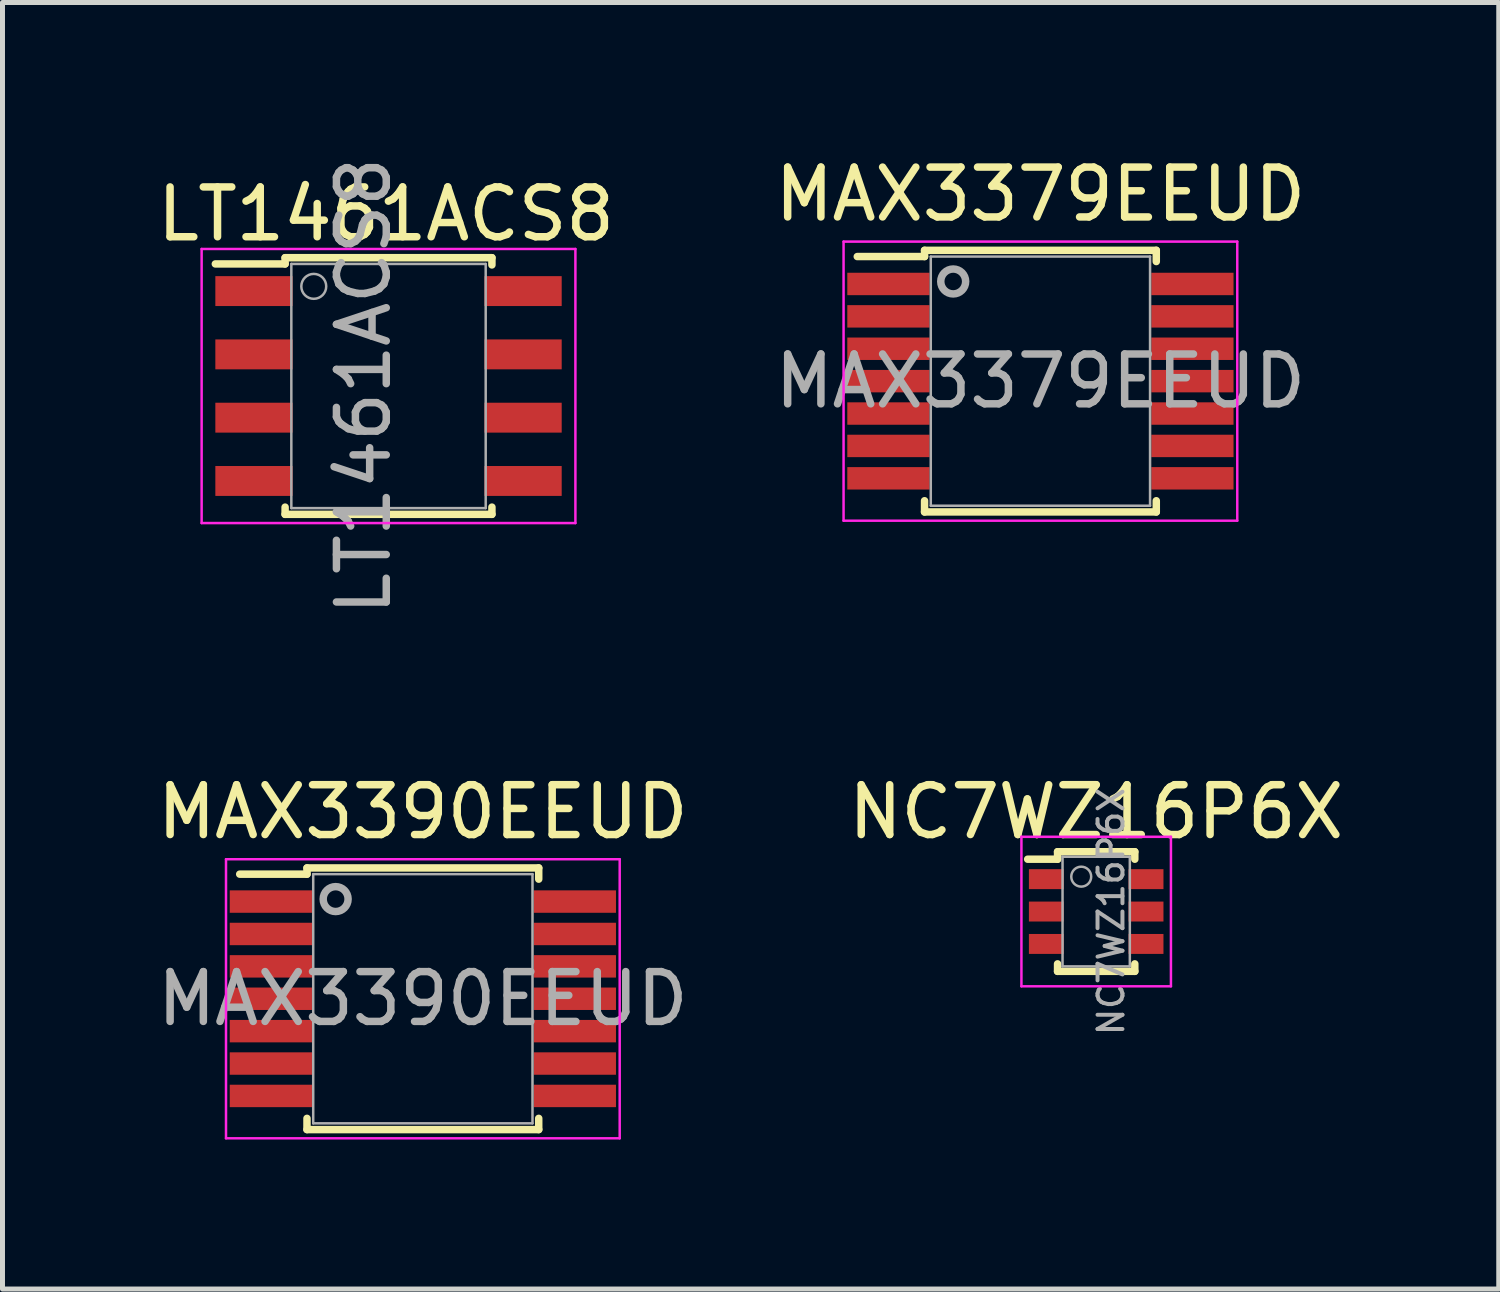
<source format=kicad_pcb>
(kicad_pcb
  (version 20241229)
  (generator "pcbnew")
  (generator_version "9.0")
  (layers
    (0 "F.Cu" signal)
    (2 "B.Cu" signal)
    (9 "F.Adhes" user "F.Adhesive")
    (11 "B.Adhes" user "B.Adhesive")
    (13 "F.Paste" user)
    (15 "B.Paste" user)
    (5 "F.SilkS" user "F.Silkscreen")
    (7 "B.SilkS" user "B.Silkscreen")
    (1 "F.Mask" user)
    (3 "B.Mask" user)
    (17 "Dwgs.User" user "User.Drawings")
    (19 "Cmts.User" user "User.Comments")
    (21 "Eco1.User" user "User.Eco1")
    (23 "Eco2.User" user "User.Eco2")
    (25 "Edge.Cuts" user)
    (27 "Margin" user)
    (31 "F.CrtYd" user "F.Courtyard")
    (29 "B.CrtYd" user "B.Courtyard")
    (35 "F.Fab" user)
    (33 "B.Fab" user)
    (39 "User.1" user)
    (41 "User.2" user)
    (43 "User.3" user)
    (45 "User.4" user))
  (footprint "NC7WZ16P6X"
    (layer "F.Cu")
    (at 18.946 15.241)
    (property "Reference" "NC7WZ16P6X" (at 0.3 0 90) (layer "F.Fab") (effects (font (size 0.5 0.5) (thickness 0.08))))
    (attr through_hole)
    (fp_line (start -0.775 -1.2) (end -0.775 -1.05) (stroke (width 0.15) (type solid)) (layer "F.SilkS"))
    (fp_line (start -0.775 -1.2) (end 0.775 -1.2) (stroke (width 0.15) (type solid)) (layer "F.SilkS"))
    (fp_line (start -0.775 -1.05) (end -1.375 -1.05) (stroke (width 0.15) (type solid)) (layer "F.SilkS"))
    (fp_line (start -0.775 1.2) (end -0.775 1.05) (stroke (width 0.15) (type solid)) (layer "F.SilkS"))
    (fp_line (start -0.775 1.2) (end 0.775 1.2) (stroke (width 0.15) (type solid)) (layer "F.SilkS"))
    (fp_line (start 0.775 -1.2) (end 0.775 -1.05) (stroke (width 0.15) (type solid)) (layer "F.SilkS"))
    (fp_line (start 0.775 1.2) (end 0.775 1.05) (stroke (width 0.15) (type solid)) (layer "F.SilkS"))
    (fp_line (start -1.5 -1.5) (end 1.5 -1.5) (stroke (width 0.05) (type solid)) (layer "F.CrtYd"))
    (fp_line (start -1.5 1.5) (end -1.5 -1.5) (stroke (width 0.05) (type solid)) (layer "F.CrtYd"))
    (fp_line (start 1.5 -1.5) (end 1.5 1.5) (stroke (width 0.05) (type solid)) (layer "F.CrtYd"))
    (fp_line (start 1.5 1.5) (end -1.5 1.5) (stroke (width 0.05) (type solid)) (layer "F.CrtYd"))
    (fp_line (start -0.675 -1.1) (end 0.675 -1.1) (stroke (width 0.05) (type solid)) (layer "F.Fab"))
    (fp_line (start -0.675 1.1) (end -0.675 -1.1) (stroke (width 0.05) (type solid)) (layer "F.Fab"))
    (fp_line (start 0.675 -1.1) (end 0.675 1.1) (stroke (width 0.05) (type solid)) (layer "F.Fab"))
    (fp_line (start 0.675 1.1) (end -0.675 1.1) (stroke (width 0.05) (type solid)) (layer "F.Fab"))
    (fp_circle (center -0.3 -0.7) (end -0.5 -0.7) (stroke (width 0.05) (type solid)) (fill no) (layer "F.Fab"))
    (fp_text user "${REFERENCE}" (at 0 -2 0) (layer "F.SilkS") (effects (font (size 1 1) (thickness 0.15))))
    (pad "1" smd rect (at -1 -0.65) (size 0.7 0.4) (layers "F.Cu" "F.Mask" "F.Paste"))
    (pad "2" smd rect (at -1 0) (size 0.7 0.4) (layers "F.Cu" "F.Mask" "F.Paste"))
    (pad "3" smd rect (at -1 0.65) (size 0.7 0.4) (layers "F.Cu" "F.Mask" "F.Paste"))
    (pad "4" smd rect (at 1 0.65) (size 0.7 0.4) (layers "F.Cu" "F.Mask" "F.Paste"))
    (pad "5" smd rect (at 1 0) (size 0.7 0.4) (layers "F.Cu" "F.Mask" "F.Paste"))
    (pad "6" smd rect (at 1 -0.65) (size 0.7 0.4) (layers "F.Cu" "F.Mask" "F.Paste")))
  (footprint "MAX3379EEUD"
    (layer "F.Cu")
    (at 17.827 4.598)
    (property "Reference" "MAX3379EEUD" (at 0 0 0) (layer "F.Fab") (effects (font (size 1 1) (thickness 0.15))))
    (attr smd)
    (fp_line (start -2.325 -2.625) (end -2.325 -2.5) (stroke (width 0.15) (type solid)) (layer "F.SilkS"))
    (fp_line (start -2.325 -2.625) (end 2.325 -2.625) (stroke (width 0.15) (type solid)) (layer "F.SilkS"))
    (fp_line (start -2.325 -2.5) (end -3.675 -2.5) (stroke (width 0.15) (type solid)) (layer "F.SilkS"))
    (fp_line (start -2.325 2.625) (end -2.325 2.4) (stroke (width 0.15) (type solid)) (layer "F.SilkS"))
    (fp_line (start -2.325 2.625) (end 2.325 2.625) (stroke (width 0.15) (type solid)) (layer "F.SilkS"))
    (fp_line (start 2.325 -2.625) (end 2.325 -2.4) (stroke (width 0.15) (type solid)) (layer "F.SilkS"))
    (fp_line (start 2.325 2.625) (end 2.325 2.4) (stroke (width 0.15) (type solid)) (layer "F.SilkS"))
    (fp_line (start -3.95 -2.8) (end -3.95 2.8) (stroke (width 0.05) (type solid)) (layer "F.CrtYd"))
    (fp_line (start -3.95 -2.8) (end 3.95 -2.8) (stroke (width 0.05) (type solid)) (layer "F.CrtYd"))
    (fp_line (start -3.95 2.8) (end 3.95 2.8) (stroke (width 0.05) (type solid)) (layer "F.CrtYd"))
    (fp_line (start 3.95 -2.8) (end 3.95 2.8) (stroke (width 0.05) (type solid)) (layer "F.CrtYd"))
    (fp_line (start -2.2 -2.5) (end 2.2 -2.5) (stroke (width 0.05) (type solid)) (layer "F.Fab"))
    (fp_line (start -2.2 2.5) (end -2.2 -2.5) (stroke (width 0.05) (type solid)) (layer "F.Fab"))
    (fp_line (start 2.2 -2.5) (end 2.2 2.5) (stroke (width 0.05) (type solid)) (layer "F.Fab"))
    (fp_line (start 2.2 2.5) (end -2.2 2.5) (stroke (width 0.05) (type solid)) (layer "F.Fab"))
    (fp_circle (center -1.75 -2) (end -2 -2) (stroke (width 0.15) (type solid)) (fill no) (layer "F.Fab"))
    (fp_text user "${REFERENCE}" (at 0 -3.75 0) (layer "F.SilkS") (effects (font (size 1 1) (thickness 0.15))))
    (pad "1" smd rect (at -3.05 -1.95) (size 1.65 0.45) (layers "F.Cu" "F.Mask" "F.Paste"))
    (pad "2" smd rect (at -3.05 -1.3) (size 1.65 0.45) (layers "F.Cu" "F.Mask" "F.Paste"))
    (pad "3" smd rect (at -3.05 -0.65) (size 1.65 0.45) (layers "F.Cu" "F.Mask" "F.Paste"))
    (pad "4" smd rect (at -3.05 0) (size 1.65 0.45) (layers "F.Cu" "F.Mask" "F.Paste"))
    (pad "5" smd rect (at -3.05 0.65) (size 1.65 0.45) (layers "F.Cu" "F.Mask" "F.Paste"))
    (pad "6" smd rect (at -3.05 1.3) (size 1.65 0.45) (layers "F.Cu" "F.Mask" "F.Paste"))
    (pad "7" smd rect (at -3.05 1.95) (size 1.65 0.45) (layers "F.Cu" "F.Mask" "F.Paste"))
    (pad "8" smd rect (at 3.05 1.95) (size 1.65 0.45) (layers "F.Cu" "F.Mask" "F.Paste"))
    (pad "9" smd rect (at 3.05 1.3) (size 1.65 0.45) (layers "F.Cu" "F.Mask" "F.Paste"))
    (pad "10" smd rect (at 3.05 0.65) (size 1.65 0.45) (layers "F.Cu" "F.Mask" "F.Paste"))
    (pad "11" smd rect (at 3.05 0) (size 1.65 0.45) (layers "F.Cu" "F.Mask" "F.Paste"))
    (pad "12" smd rect (at 3.05 -0.65) (size 1.65 0.45) (layers "F.Cu" "F.Mask" "F.Paste"))
    (pad "13" smd rect (at 3.05 -1.3) (size 1.65 0.45) (layers "F.Cu" "F.Mask" "F.Paste"))
    (pad "14" smd rect (at 3.05 -1.95) (size 1.65 0.45) (layers "F.Cu" "F.Mask" "F.Paste")))
  (footprint "MAX3390EEUD"
    (layer "F.Cu")
    (at 5.435 16.991)
    (property "Reference" "MAX3390EEUD" (at 0 0 0) (layer "F.Fab") (effects (font (size 1 1) (thickness 0.15))))
    (attr smd)
    (fp_line (start -2.325 -2.625) (end -2.325 -2.5) (stroke (width 0.15) (type solid)) (layer "F.SilkS"))
    (fp_line (start -2.325 -2.625) (end 2.325 -2.625) (stroke (width 0.15) (type solid)) (layer "F.SilkS"))
    (fp_line (start -2.325 -2.5) (end -3.675 -2.5) (stroke (width 0.15) (type solid)) (layer "F.SilkS"))
    (fp_line (start -2.325 2.625) (end -2.325 2.4) (stroke (width 0.15) (type solid)) (layer "F.SilkS"))
    (fp_line (start -2.325 2.625) (end 2.325 2.625) (stroke (width 0.15) (type solid)) (layer "F.SilkS"))
    (fp_line (start 2.325 -2.625) (end 2.325 -2.4) (stroke (width 0.15) (type solid)) (layer "F.SilkS"))
    (fp_line (start 2.325 2.625) (end 2.325 2.4) (stroke (width 0.15) (type solid)) (layer "F.SilkS"))
    (fp_line (start -3.95 -2.8) (end -3.95 2.8) (stroke (width 0.05) (type solid)) (layer "F.CrtYd"))
    (fp_line (start -3.95 -2.8) (end 3.95 -2.8) (stroke (width 0.05) (type solid)) (layer "F.CrtYd"))
    (fp_line (start -3.95 2.8) (end 3.95 2.8) (stroke (width 0.05) (type solid)) (layer "F.CrtYd"))
    (fp_line (start 3.95 -2.8) (end 3.95 2.8) (stroke (width 0.05) (type solid)) (layer "F.CrtYd"))
    (fp_line (start -2.2 -2.5) (end 2.2 -2.5) (stroke (width 0.05) (type solid)) (layer "F.Fab"))
    (fp_line (start -2.2 2.5) (end -2.2 -2.5) (stroke (width 0.05) (type solid)) (layer "F.Fab"))
    (fp_line (start 2.2 -2.5) (end 2.2 2.5) (stroke (width 0.05) (type solid)) (layer "F.Fab"))
    (fp_line (start 2.2 2.5) (end -2.2 2.5) (stroke (width 0.05) (type solid)) (layer "F.Fab"))
    (fp_circle (center -1.75 -2) (end -2 -2) (stroke (width 0.15) (type solid)) (fill no) (layer "F.Fab"))
    (fp_text user "${REFERENCE}" (at 0 -3.75 0) (layer "F.SilkS") (effects (font (size 1 1) (thickness 0.15))))
    (pad "1" smd rect (at -3.05 -1.95) (size 1.65 0.45) (layers "F.Cu" "F.Mask" "F.Paste"))
    (pad "2" smd rect (at -3.05 -1.3) (size 1.65 0.45) (layers "F.Cu" "F.Mask" "F.Paste"))
    (pad "3" smd rect (at -3.05 -0.65) (size 1.65 0.45) (layers "F.Cu" "F.Mask" "F.Paste"))
    (pad "4" smd rect (at -3.05 0) (size 1.65 0.45) (layers "F.Cu" "F.Mask" "F.Paste"))
    (pad "5" smd rect (at -3.05 0.65) (size 1.65 0.45) (layers "F.Cu" "F.Mask" "F.Paste"))
    (pad "6" smd rect (at -3.05 1.3) (size 1.65 0.45) (layers "F.Cu" "F.Mask" "F.Paste"))
    (pad "7" smd rect (at -3.05 1.95) (size 1.65 0.45) (layers "F.Cu" "F.Mask" "F.Paste"))
    (pad "8" smd rect (at 3.05 1.95) (size 1.65 0.45) (layers "F.Cu" "F.Mask" "F.Paste"))
    (pad "9" smd rect (at 3.05 1.3) (size 1.65 0.45) (layers "F.Cu" "F.Mask" "F.Paste"))
    (pad "10" smd rect (at 3.05 0.65) (size 1.65 0.45) (layers "F.Cu" "F.Mask" "F.Paste"))
    (pad "11" smd rect (at 3.05 0) (size 1.65 0.45) (layers "F.Cu" "F.Mask" "F.Paste"))
    (pad "12" smd rect (at 3.05 -0.65) (size 1.65 0.45) (layers "F.Cu" "F.Mask" "F.Paste"))
    (pad "13" smd rect (at 3.05 -1.3) (size 1.65 0.45) (layers "F.Cu" "F.Mask" "F.Paste"))
    (pad "14" smd rect (at 3.05 -1.95) (size 1.65 0.45) (layers "F.Cu" "F.Mask" "F.Paste")))
  (footprint "LT1461ACS8"
    (layer "F.Cu")
    (at 4.746 4.696)
    (property "Reference" "LT1461ACS8" (at -0.5 0 90) (layer "F.Fab") (effects (font (size 1 1) (thickness 0.15))))
    (attr smd)
    (fp_line (start -2.075 -2.575) (end -2.075 -2.45) (stroke (width 0.15) (type solid)) (layer "F.SilkS"))
    (fp_line (start -2.075 -2.575) (end 2.075 -2.575) (stroke (width 0.15) (type solid)) (layer "F.SilkS"))
    (fp_line (start -2.075 -2.45) (end -3.475 -2.45) (stroke (width 0.15) (type solid)) (layer "F.SilkS"))
    (fp_line (start -2.075 2.575) (end -2.075 2.43) (stroke (width 0.15) (type solid)) (layer "F.SilkS"))
    (fp_line (start -2.075 2.575) (end 2.075 2.575) (stroke (width 0.15) (type solid)) (layer "F.SilkS"))
    (fp_line (start 2.075 -2.575) (end 2.075 -2.43) (stroke (width 0.15) (type solid)) (layer "F.SilkS"))
    (fp_line (start 2.075 2.575) (end 2.075 2.43) (stroke (width 0.15) (type solid)) (layer "F.SilkS"))
    (fp_line (start -3.75 -2.75) (end -3.75 2.75) (stroke (width 0.05) (type solid)) (layer "F.CrtYd"))
    (fp_line (start -3.75 -2.75) (end 3.75 -2.75) (stroke (width 0.05) (type solid)) (layer "F.CrtYd"))
    (fp_line (start -3.75 2.75) (end 3.75 2.75) (stroke (width 0.05) (type solid)) (layer "F.CrtYd"))
    (fp_line (start 3.75 -2.75) (end 3.75 2.75) (stroke (width 0.05) (type solid)) (layer "F.CrtYd"))
    (fp_line (start -1.95 -2.45) (end -1.95 2.45) (stroke (width 0.05) (type solid)) (layer "F.Fab"))
    (fp_line (start -1.95 2.45) (end 1.95 2.45) (stroke (width 0.05) (type solid)) (layer "F.Fab"))
    (fp_line (start 1.95 -2.45) (end -1.95 -2.45) (stroke (width 0.05) (type solid)) (layer "F.Fab"))
    (fp_line (start 1.95 2.45) (end 1.95 -2.45) (stroke (width 0.05) (type solid)) (layer "F.Fab"))
    (fp_circle (center -1.5 -2) (end -1.75 -2) (stroke (width 0.05) (type solid)) (fill no) (layer "F.Fab"))
    (fp_text user "${REFERENCE}" (at -0.05 -3.45 0) (layer "F.SilkS") (effects (font (size 1 1) (thickness 0.15))))
    (pad "1" smd rect (at -2.7 -1.905) (size 1.55 0.6) (layers "F.Cu" "F.Mask" "F.Paste"))
    (pad "2" smd rect (at -2.7 -0.635) (size 1.55 0.6) (layers "F.Cu" "F.Mask" "F.Paste"))
    (pad "3" smd rect (at -2.7 0.635) (size 1.55 0.6) (layers "F.Cu" "F.Mask" "F.Paste"))
    (pad "4" smd rect (at -2.7 1.905) (size 1.55 0.6) (layers "F.Cu" "F.Mask" "F.Paste"))
    (pad "5" smd rect (at 2.7 1.905) (size 1.55 0.6) (layers "F.Cu" "F.Mask" "F.Paste"))
    (pad "6" smd rect (at 2.7 0.635) (size 1.55 0.6) (layers "F.Cu" "F.Mask" "F.Paste"))
    (pad "7" smd rect (at 2.7 -0.635) (size 1.55 0.6) (layers "F.Cu" "F.Mask" "F.Paste"))
    (pad "8" smd rect (at 2.7 -1.905) (size 1.55 0.6) (layers "F.Cu" "F.Mask" "F.Paste")))
  (gr_rect
    (start -3 -3)
    (end 27.024 22.816)
    (stroke (width 0.1) (type default))
    (fill no)
    (layer "Edge.Cuts")))
</source>
